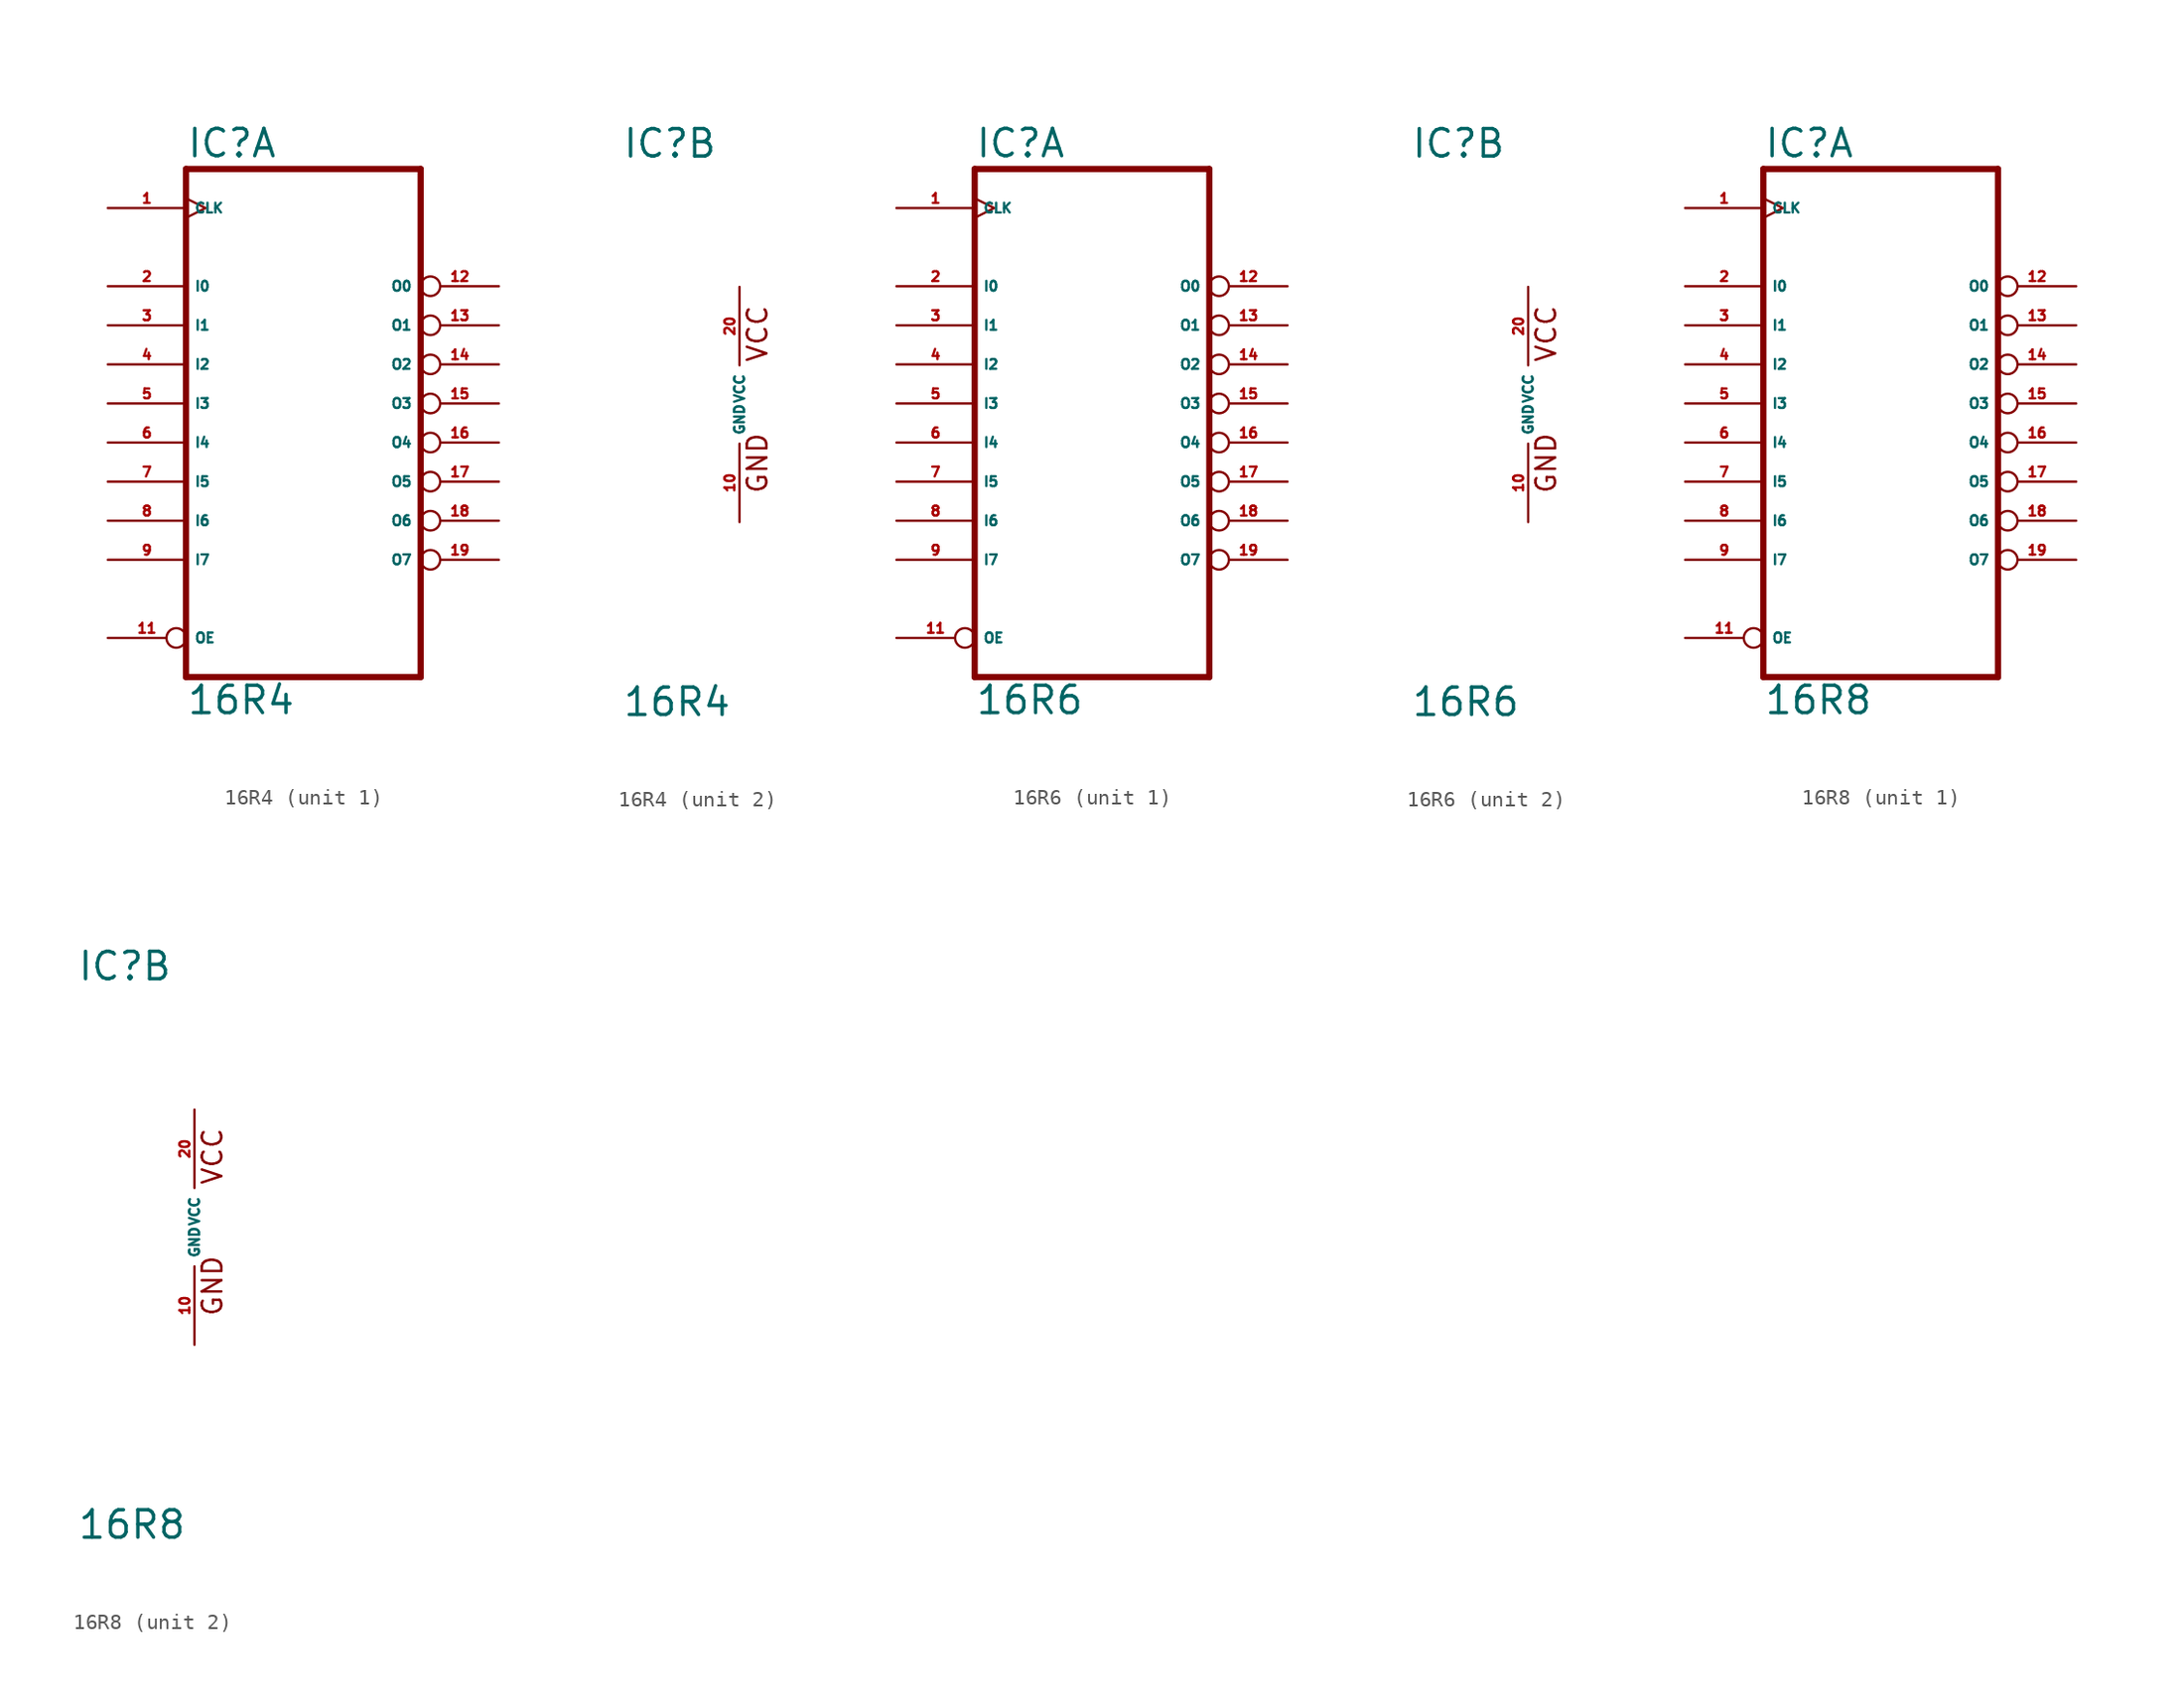
<source format=kicad_sym>
(kicad_symbol_lib
  (version 20220914)
  (generator Eagle2Kicad)
  (symbol "16R4"
    (property "Reference" "IC"
      (at -7.62 15.875 0)
      (effects (font (size 1.778 1.778) (thickness 0.22)) (justify left bottom)))
    (property "Value" "16R4"
      (at -7.62 -20.32 0)
      (effects (font (size 1.778 1.778) (thickness 0.22)) (justify left bottom)))
    (symbol "16R4_1_0"
      (polyline (pts (xy -7.62 15.24) (xy 7.62 15.24)) (stroke (width 0.406) (type default)) (fill (type none)))
      (polyline (pts (xy 7.62 -17.78) (xy 7.62 15.24)) (stroke (width 0.406) (type default)) (fill (type none)))
      (polyline (pts (xy 7.62 -17.78) (xy -7.62 -17.78)) (stroke (width 0.406) (type default)) (fill (type none)))
      (polyline (pts (xy -7.62 15.24) (xy -7.62 -17.78)) (stroke (width 0.406) (type default)) (fill (type none)))
      (pin input line (at -12.7 7.62 0) (length 5.08) (name "I0" (effects (font (size 0.635 0.635) (thickness 0.08)) (justify left bottom))) (number "2" (effects (font (size 0.635 0.635) (thickness 0.08)) (justify left bottom))))
      (pin input line (at -12.7 5.08 0) (length 5.08) (name "I1" (effects (font (size 0.635 0.635) (thickness 0.08)) (justify left bottom))) (number "3" (effects (font (size 0.635 0.635) (thickness 0.08)) (justify left bottom))))
      (pin input line (at -12.7 2.54 0) (length 5.08) (name "I2" (effects (font (size 0.635 0.635) (thickness 0.08)) (justify left bottom))) (number "4" (effects (font (size 0.635 0.635) (thickness 0.08)) (justify left bottom))))
      (pin input line (at -12.7 0 0) (length 5.08) (name "I3" (effects (font (size 0.635 0.635) (thickness 0.08)) (justify left bottom))) (number "5" (effects (font (size 0.635 0.635) (thickness 0.08)) (justify left bottom))))
      (pin input line (at -12.7 -2.54 0) (length 5.08) (name "I4" (effects (font (size 0.635 0.635) (thickness 0.08)) (justify left bottom))) (number "6" (effects (font (size 0.635 0.635) (thickness 0.08)) (justify left bottom))))
      (pin input line (at -12.7 -5.08 0) (length 5.08) (name "I5" (effects (font (size 0.635 0.635) (thickness 0.08)) (justify left bottom))) (number "7" (effects (font (size 0.635 0.635) (thickness 0.08)) (justify left bottom))))
      (pin input line (at -12.7 -7.62 0) (length 5.08) (name "I6" (effects (font (size 0.635 0.635) (thickness 0.08)) (justify left bottom))) (number "8" (effects (font (size 0.635 0.635) (thickness 0.08)) (justify left bottom))))
      (pin input line (at -12.7 -10.16 0) (length 5.08) (name "I7" (effects (font (size 0.635 0.635) (thickness 0.08)) (justify left bottom))) (number "9" (effects (font (size 0.635 0.635) (thickness 0.08)) (justify left bottom))))
      (pin input inverted (at -12.7 -15.24 0) (length 5.08) (name "OE" (effects (font (size 0.635 0.635) (thickness 0.08)) (justify left bottom))) (number "11" (effects (font (size 0.635 0.635) (thickness 0.08)) (justify left bottom))))
      (pin bidirectional inverted (at 12.7 7.62 180) (length 5.08) (name "O0" (effects (font (size 0.635 0.635) (thickness 0.08)) (justify left bottom))) (number "12" (effects (font (size 0.635 0.635) (thickness 0.08)) (justify left bottom))))
      (pin bidirectional inverted (at 12.7 5.08 180) (length 5.08) (name "O1" (effects (font (size 0.635 0.635) (thickness 0.08)) (justify left bottom))) (number "13" (effects (font (size 0.635 0.635) (thickness 0.08)) (justify left bottom))))
      (pin output inverted (at 12.7 2.54 180) (length 5.08) (name "O2" (effects (font (size 0.635 0.635) (thickness 0.08)) (justify left bottom))) (number "14" (effects (font (size 0.635 0.635) (thickness 0.08)) (justify left bottom))))
      (pin output inverted (at 12.7 0 180) (length 5.08) (name "O3" (effects (font (size 0.635 0.635) (thickness 0.08)) (justify left bottom))) (number "15" (effects (font (size 0.635 0.635) (thickness 0.08)) (justify left bottom))))
      (pin output inverted (at 12.7 -2.54 180) (length 5.08) (name "O4" (effects (font (size 0.635 0.635) (thickness 0.08)) (justify left bottom))) (number "16" (effects (font (size 0.635 0.635) (thickness 0.08)) (justify left bottom))))
      (pin output inverted (at 12.7 -5.08 180) (length 5.08) (name "O5" (effects (font (size 0.635 0.635) (thickness 0.08)) (justify left bottom))) (number "17" (effects (font (size 0.635 0.635) (thickness 0.08)) (justify left bottom))))
      (pin bidirectional inverted (at 12.7 -7.62 180) (length 5.08) (name "O6" (effects (font (size 0.635 0.635) (thickness 0.08)) (justify left bottom))) (number "18" (effects (font (size 0.635 0.635) (thickness 0.08)) (justify left bottom))))
      (pin bidirectional inverted (at 12.7 -10.16 180) (length 5.08) (name "O7" (effects (font (size 0.635 0.635) (thickness 0.08)) (justify left bottom))) (number "19" (effects (font (size 0.635 0.635) (thickness 0.08)) (justify left bottom))))
      (pin input clock (at -12.7 12.7 0) (length 5.08) (name "CLK" (effects (font (size 0.635 0.635) (thickness 0.08)) (justify left bottom))) (number "1" (effects (font (size 0.635 0.635) (thickness 0.08)) (justify left bottom)))))
    (symbol "16R4_2_0"
      (text "GND" (at 1.905 -5.842 900) (effects (font (size 1.27 1.27) (thickness 0.16)) (justify left bottom)))
      (text "VCC" (at 1.905 2.667 900) (effects (font (size 1.27 1.27) (thickness 0.16)) (justify left bottom)))
      (pin unspecified line (at 0 -7.62 90) (length 5.08) (name "GND" (effects (font (size 0.635 0.635) (thickness 0.08)) (justify left bottom))) (number "10" (effects (font (size 0.635 0.635) (thickness 0.08)) (justify left bottom))))
      (pin unspecified line (at 0 7.62 270) (length 5.08) (name "VCC" (effects (font (size 0.635 0.635) (thickness 0.08)) (justify left bottom))) (number "20" (effects (font (size 0.635 0.635) (thickness 0.08)) (justify left bottom))))))
  (symbol "16R6"
    (property "Reference" "IC"
      (at -7.62 15.875 0)
      (effects (font (size 1.778 1.778) (thickness 0.22)) (justify left bottom)))
    (property "Value" "16R6"
      (at -7.62 -20.32 0)
      (effects (font (size 1.778 1.778) (thickness 0.22)) (justify left bottom)))
    (symbol "16R6_1_0"
      (polyline (pts (xy -7.62 15.24) (xy 7.62 15.24)) (stroke (width 0.406) (type default)) (fill (type none)))
      (polyline (pts (xy 7.62 -17.78) (xy 7.62 15.24)) (stroke (width 0.406) (type default)) (fill (type none)))
      (polyline (pts (xy 7.62 -17.78) (xy -7.62 -17.78)) (stroke (width 0.406) (type default)) (fill (type none)))
      (polyline (pts (xy -7.62 15.24) (xy -7.62 -17.78)) (stroke (width 0.406) (type default)) (fill (type none)))
      (pin input line (at -12.7 7.62 0) (length 5.08) (name "I0" (effects (font (size 0.635 0.635) (thickness 0.08)) (justify left bottom))) (number "2" (effects (font (size 0.635 0.635) (thickness 0.08)) (justify left bottom))))
      (pin input line (at -12.7 5.08 0) (length 5.08) (name "I1" (effects (font (size 0.635 0.635) (thickness 0.08)) (justify left bottom))) (number "3" (effects (font (size 0.635 0.635) (thickness 0.08)) (justify left bottom))))
      (pin input line (at -12.7 2.54 0) (length 5.08) (name "I2" (effects (font (size 0.635 0.635) (thickness 0.08)) (justify left bottom))) (number "4" (effects (font (size 0.635 0.635) (thickness 0.08)) (justify left bottom))))
      (pin input line (at -12.7 0 0) (length 5.08) (name "I3" (effects (font (size 0.635 0.635) (thickness 0.08)) (justify left bottom))) (number "5" (effects (font (size 0.635 0.635) (thickness 0.08)) (justify left bottom))))
      (pin input line (at -12.7 -2.54 0) (length 5.08) (name "I4" (effects (font (size 0.635 0.635) (thickness 0.08)) (justify left bottom))) (number "6" (effects (font (size 0.635 0.635) (thickness 0.08)) (justify left bottom))))
      (pin input line (at -12.7 -5.08 0) (length 5.08) (name "I5" (effects (font (size 0.635 0.635) (thickness 0.08)) (justify left bottom))) (number "7" (effects (font (size 0.635 0.635) (thickness 0.08)) (justify left bottom))))
      (pin input line (at -12.7 -7.62 0) (length 5.08) (name "I6" (effects (font (size 0.635 0.635) (thickness 0.08)) (justify left bottom))) (number "8" (effects (font (size 0.635 0.635) (thickness 0.08)) (justify left bottom))))
      (pin input line (at -12.7 -10.16 0) (length 5.08) (name "I7" (effects (font (size 0.635 0.635) (thickness 0.08)) (justify left bottom))) (number "9" (effects (font (size 0.635 0.635) (thickness 0.08)) (justify left bottom))))
      (pin input inverted (at -12.7 -15.24 0) (length 5.08) (name "OE" (effects (font (size 0.635 0.635) (thickness 0.08)) (justify left bottom))) (number "11" (effects (font (size 0.635 0.635) (thickness 0.08)) (justify left bottom))))
      (pin bidirectional inverted (at 12.7 7.62 180) (length 5.08) (name "O0" (effects (font (size 0.635 0.635) (thickness 0.08)) (justify left bottom))) (number "12" (effects (font (size 0.635 0.635) (thickness 0.08)) (justify left bottom))))
      (pin output inverted (at 12.7 5.08 180) (length 5.08) (name "O1" (effects (font (size 0.635 0.635) (thickness 0.08)) (justify left bottom))) (number "13" (effects (font (size 0.635 0.635) (thickness 0.08)) (justify left bottom))))
      (pin output inverted (at 12.7 2.54 180) (length 5.08) (name "O2" (effects (font (size 0.635 0.635) (thickness 0.08)) (justify left bottom))) (number "14" (effects (font (size 0.635 0.635) (thickness 0.08)) (justify left bottom))))
      (pin output inverted (at 12.7 0 180) (length 5.08) (name "O3" (effects (font (size 0.635 0.635) (thickness 0.08)) (justify left bottom))) (number "15" (effects (font (size 0.635 0.635) (thickness 0.08)) (justify left bottom))))
      (pin output inverted (at 12.7 -2.54 180) (length 5.08) (name "O4" (effects (font (size 0.635 0.635) (thickness 0.08)) (justify left bottom))) (number "16" (effects (font (size 0.635 0.635) (thickness 0.08)) (justify left bottom))))
      (pin output inverted (at 12.7 -5.08 180) (length 5.08) (name "O5" (effects (font (size 0.635 0.635) (thickness 0.08)) (justify left bottom))) (number "17" (effects (font (size 0.635 0.635) (thickness 0.08)) (justify left bottom))))
      (pin output inverted (at 12.7 -7.62 180) (length 5.08) (name "O6" (effects (font (size 0.635 0.635) (thickness 0.08)) (justify left bottom))) (number "18" (effects (font (size 0.635 0.635) (thickness 0.08)) (justify left bottom))))
      (pin bidirectional inverted (at 12.7 -10.16 180) (length 5.08) (name "O7" (effects (font (size 0.635 0.635) (thickness 0.08)) (justify left bottom))) (number "19" (effects (font (size 0.635 0.635) (thickness 0.08)) (justify left bottom))))
      (pin input clock (at -12.7 12.7 0) (length 5.08) (name "CLK" (effects (font (size 0.635 0.635) (thickness 0.08)) (justify left bottom))) (number "1" (effects (font (size 0.635 0.635) (thickness 0.08)) (justify left bottom)))))
    (symbol "16R6_2_0"
      (text "GND" (at 1.905 -5.842 900) (effects (font (size 1.27 1.27) (thickness 0.16)) (justify left bottom)))
      (text "VCC" (at 1.905 2.667 900) (effects (font (size 1.27 1.27) (thickness 0.16)) (justify left bottom)))
      (pin unspecified line (at 0 -7.62 90) (length 5.08) (name "GND" (effects (font (size 0.635 0.635) (thickness 0.08)) (justify left bottom))) (number "10" (effects (font (size 0.635 0.635) (thickness 0.08)) (justify left bottom))))
      (pin unspecified line (at 0 7.62 270) (length 5.08) (name "VCC" (effects (font (size 0.635 0.635) (thickness 0.08)) (justify left bottom))) (number "20" (effects (font (size 0.635 0.635) (thickness 0.08)) (justify left bottom))))))
  (symbol "16R8"
    (property "Reference" "IC"
      (at -7.62 15.875 0)
      (effects (font (size 1.778 1.778) (thickness 0.22)) (justify left bottom)))
    (property "Value" "16R8"
      (at -7.62 -20.32 0)
      (effects (font (size 1.778 1.778) (thickness 0.22)) (justify left bottom)))
    (symbol "16R8_1_0"
      (polyline (pts (xy -7.62 15.24) (xy 7.62 15.24)) (stroke (width 0.406) (type default)) (fill (type none)))
      (polyline (pts (xy 7.62 -17.78) (xy 7.62 15.24)) (stroke (width 0.406) (type default)) (fill (type none)))
      (polyline (pts (xy 7.62 -17.78) (xy -7.62 -17.78)) (stroke (width 0.406) (type default)) (fill (type none)))
      (polyline (pts (xy -7.62 15.24) (xy -7.62 -17.78)) (stroke (width 0.406) (type default)) (fill (type none)))
      (pin input line (at -12.7 7.62 0) (length 5.08) (name "I0" (effects (font (size 0.635 0.635) (thickness 0.08)) (justify left bottom))) (number "2" (effects (font (size 0.635 0.635) (thickness 0.08)) (justify left bottom))))
      (pin input line (at -12.7 5.08 0) (length 5.08) (name "I1" (effects (font (size 0.635 0.635) (thickness 0.08)) (justify left bottom))) (number "3" (effects (font (size 0.635 0.635) (thickness 0.08)) (justify left bottom))))
      (pin input line (at -12.7 2.54 0) (length 5.08) (name "I2" (effects (font (size 0.635 0.635) (thickness 0.08)) (justify left bottom))) (number "4" (effects (font (size 0.635 0.635) (thickness 0.08)) (justify left bottom))))
      (pin input line (at -12.7 0 0) (length 5.08) (name "I3" (effects (font (size 0.635 0.635) (thickness 0.08)) (justify left bottom))) (number "5" (effects (font (size 0.635 0.635) (thickness 0.08)) (justify left bottom))))
      (pin input line (at -12.7 -2.54 0) (length 5.08) (name "I4" (effects (font (size 0.635 0.635) (thickness 0.08)) (justify left bottom))) (number "6" (effects (font (size 0.635 0.635) (thickness 0.08)) (justify left bottom))))
      (pin input line (at -12.7 -5.08 0) (length 5.08) (name "I5" (effects (font (size 0.635 0.635) (thickness 0.08)) (justify left bottom))) (number "7" (effects (font (size 0.635 0.635) (thickness 0.08)) (justify left bottom))))
      (pin input line (at -12.7 -7.62 0) (length 5.08) (name "I6" (effects (font (size 0.635 0.635) (thickness 0.08)) (justify left bottom))) (number "8" (effects (font (size 0.635 0.635) (thickness 0.08)) (justify left bottom))))
      (pin input line (at -12.7 -10.16 0) (length 5.08) (name "I7" (effects (font (size 0.635 0.635) (thickness 0.08)) (justify left bottom))) (number "9" (effects (font (size 0.635 0.635) (thickness 0.08)) (justify left bottom))))
      (pin input inverted (at -12.7 -15.24 0) (length 5.08) (name "OE" (effects (font (size 0.635 0.635) (thickness 0.08)) (justify left bottom))) (number "11" (effects (font (size 0.635 0.635) (thickness 0.08)) (justify left bottom))))
      (pin output inverted (at 12.7 7.62 180) (length 5.08) (name "O0" (effects (font (size 0.635 0.635) (thickness 0.08)) (justify left bottom))) (number "12" (effects (font (size 0.635 0.635) (thickness 0.08)) (justify left bottom))))
      (pin output inverted (at 12.7 5.08 180) (length 5.08) (name "O1" (effects (font (size 0.635 0.635) (thickness 0.08)) (justify left bottom))) (number "13" (effects (font (size 0.635 0.635) (thickness 0.08)) (justify left bottom))))
      (pin output inverted (at 12.7 2.54 180) (length 5.08) (name "O2" (effects (font (size 0.635 0.635) (thickness 0.08)) (justify left bottom))) (number "14" (effects (font (size 0.635 0.635) (thickness 0.08)) (justify left bottom))))
      (pin output inverted (at 12.7 0 180) (length 5.08) (name "O3" (effects (font (size 0.635 0.635) (thickness 0.08)) (justify left bottom))) (number "15" (effects (font (size 0.635 0.635) (thickness 0.08)) (justify left bottom))))
      (pin output inverted (at 12.7 -2.54 180) (length 5.08) (name "O4" (effects (font (size 0.635 0.635) (thickness 0.08)) (justify left bottom))) (number "16" (effects (font (size 0.635 0.635) (thickness 0.08)) (justify left bottom))))
      (pin output inverted (at 12.7 -5.08 180) (length 5.08) (name "O5" (effects (font (size 0.635 0.635) (thickness 0.08)) (justify left bottom))) (number "17" (effects (font (size 0.635 0.635) (thickness 0.08)) (justify left bottom))))
      (pin output inverted (at 12.7 -7.62 180) (length 5.08) (name "O6" (effects (font (size 0.635 0.635) (thickness 0.08)) (justify left bottom))) (number "18" (effects (font (size 0.635 0.635) (thickness 0.08)) (justify left bottom))))
      (pin output inverted (at 12.7 -10.16 180) (length 5.08) (name "O7" (effects (font (size 0.635 0.635) (thickness 0.08)) (justify left bottom))) (number "19" (effects (font (size 0.635 0.635) (thickness 0.08)) (justify left bottom))))
      (pin input clock (at -12.7 12.7 0) (length 5.08) (name "CLK" (effects (font (size 0.635 0.635) (thickness 0.08)) (justify left bottom))) (number "1" (effects (font (size 0.635 0.635) (thickness 0.08)) (justify left bottom)))))
    (symbol "16R8_2_0"
      (text "GND" (at 1.905 -5.842 900) (effects (font (size 1.27 1.27) (thickness 0.16)) (justify left bottom)))
      (text "VCC" (at 1.905 2.667 900) (effects (font (size 1.27 1.27) (thickness 0.16)) (justify left bottom)))
      (pin unspecified line (at 0 -7.62 90) (length 5.08) (name "GND" (effects (font (size 0.635 0.635) (thickness 0.08)) (justify left bottom))) (number "10" (effects (font (size 0.635 0.635) (thickness 0.08)) (justify left bottom))))
      (pin unspecified line (at 0 7.62 270) (length 5.08) (name "VCC" (effects (font (size 0.635 0.635) (thickness 0.08)) (justify left bottom))) (number "20" (effects (font (size 0.635 0.635) (thickness 0.08)) (justify left bottom)))))))
</source>
